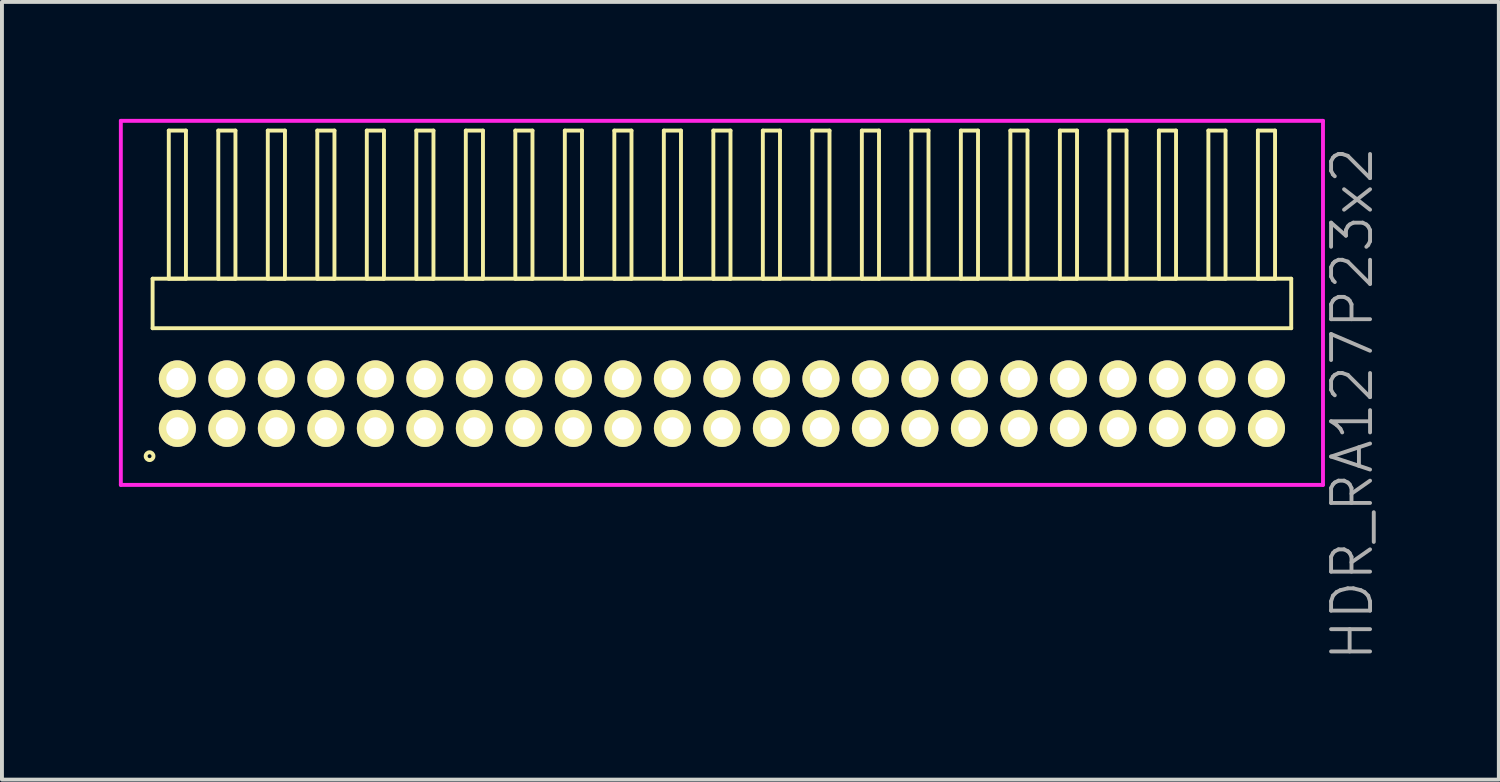
<source format=kicad_pcb>
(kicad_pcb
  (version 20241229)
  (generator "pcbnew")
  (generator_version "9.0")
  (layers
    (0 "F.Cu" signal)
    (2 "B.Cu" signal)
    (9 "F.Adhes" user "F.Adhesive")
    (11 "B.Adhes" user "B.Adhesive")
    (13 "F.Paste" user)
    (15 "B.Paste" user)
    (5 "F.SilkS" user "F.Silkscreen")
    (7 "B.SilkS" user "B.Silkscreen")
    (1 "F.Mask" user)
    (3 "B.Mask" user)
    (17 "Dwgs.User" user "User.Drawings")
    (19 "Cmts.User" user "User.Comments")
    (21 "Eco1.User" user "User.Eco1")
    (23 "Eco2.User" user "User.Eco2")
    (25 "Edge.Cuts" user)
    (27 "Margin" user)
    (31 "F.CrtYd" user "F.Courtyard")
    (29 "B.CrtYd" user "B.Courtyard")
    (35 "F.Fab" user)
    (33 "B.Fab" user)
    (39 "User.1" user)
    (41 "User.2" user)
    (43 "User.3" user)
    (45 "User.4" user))
  (footprint "HDR_RA127P23x2"
    (layer "F.Cu")
    (at 15.47 7.305)
    (property "Reference" "HDR_RA127P23x2" (at 16.17 0 90) (layer "F.Fab") (effects (font (size 1 1) (thickness 0.1))))
    (attr through_hole)
    (fp_line (start -14.605 -3.205) (end -14.605 -1.935) (stroke (width 0.1) (type solid)) (layer "F.SilkS"))
    (fp_line (start -14.605 -1.935) (end 14.605 -1.935) (stroke (width 0.1) (type solid)) (layer "F.SilkS"))
    (fp_line (start -14.19 -7.005) (end -14.19 -3.205) (stroke (width 0.1) (type solid)) (layer "F.SilkS"))
    (fp_line (start -14.19 -3.205) (end -13.75 -3.205) (stroke (width 0.1) (type solid)) (layer "F.SilkS"))
    (fp_line (start -13.75 -7.005) (end -14.19 -7.005) (stroke (width 0.1) (type solid)) (layer "F.SilkS"))
    (fp_line (start -13.75 -3.205) (end -13.75 -7.005) (stroke (width 0.1) (type solid)) (layer "F.SilkS"))
    (fp_line (start -12.92 -7.005) (end -12.92 -3.205) (stroke (width 0.1) (type solid)) (layer "F.SilkS"))
    (fp_line (start -12.92 -3.205) (end -12.48 -3.205) (stroke (width 0.1) (type solid)) (layer "F.SilkS"))
    (fp_line (start -12.48 -7.005) (end -12.92 -7.005) (stroke (width 0.1) (type solid)) (layer "F.SilkS"))
    (fp_line (start -12.48 -3.205) (end -12.48 -7.005) (stroke (width 0.1) (type solid)) (layer "F.SilkS"))
    (fp_line (start -11.65 -7.005) (end -11.65 -3.205) (stroke (width 0.1) (type solid)) (layer "F.SilkS"))
    (fp_line (start -11.65 -3.205) (end -11.21 -3.205) (stroke (width 0.1) (type solid)) (layer "F.SilkS"))
    (fp_line (start -11.21 -7.005) (end -11.65 -7.005) (stroke (width 0.1) (type solid)) (layer "F.SilkS"))
    (fp_line (start -11.21 -3.205) (end -11.21 -7.005) (stroke (width 0.1) (type solid)) (layer "F.SilkS"))
    (fp_line (start -10.38 -7.005) (end -10.38 -3.205) (stroke (width 0.1) (type solid)) (layer "F.SilkS"))
    (fp_line (start -10.38 -3.205) (end -9.94 -3.205) (stroke (width 0.1) (type solid)) (layer "F.SilkS"))
    (fp_line (start -9.94 -7.005) (end -10.38 -7.005) (stroke (width 0.1) (type solid)) (layer "F.SilkS"))
    (fp_line (start -9.94 -3.205) (end -9.94 -7.005) (stroke (width 0.1) (type solid)) (layer "F.SilkS"))
    (fp_line (start -9.11 -7.005) (end -9.11 -3.205) (stroke (width 0.1) (type solid)) (layer "F.SilkS"))
    (fp_line (start -9.11 -3.205) (end -8.67 -3.205) (stroke (width 0.1) (type solid)) (layer "F.SilkS"))
    (fp_line (start -8.67 -7.005) (end -9.11 -7.005) (stroke (width 0.1) (type solid)) (layer "F.SilkS"))
    (fp_line (start -8.67 -3.205) (end -8.67 -7.005) (stroke (width 0.1) (type solid)) (layer "F.SilkS"))
    (fp_line (start -7.84 -7.005) (end -7.84 -3.205) (stroke (width 0.1) (type solid)) (layer "F.SilkS"))
    (fp_line (start -7.84 -3.205) (end -7.4 -3.205) (stroke (width 0.1) (type solid)) (layer "F.SilkS"))
    (fp_line (start -7.4 -7.005) (end -7.84 -7.005) (stroke (width 0.1) (type solid)) (layer "F.SilkS"))
    (fp_line (start -7.4 -3.205) (end -7.4 -7.005) (stroke (width 0.1) (type solid)) (layer "F.SilkS"))
    (fp_line (start -6.57 -7.005) (end -6.57 -3.205) (stroke (width 0.1) (type solid)) (layer "F.SilkS"))
    (fp_line (start -6.57 -3.205) (end -6.13 -3.205) (stroke (width 0.1) (type solid)) (layer "F.SilkS"))
    (fp_line (start -6.13 -7.005) (end -6.57 -7.005) (stroke (width 0.1) (type solid)) (layer "F.SilkS"))
    (fp_line (start -6.13 -3.205) (end -6.13 -7.005) (stroke (width 0.1) (type solid)) (layer "F.SilkS"))
    (fp_line (start -5.3 -7.005) (end -5.3 -3.205) (stroke (width 0.1) (type solid)) (layer "F.SilkS"))
    (fp_line (start -5.3 -3.205) (end -4.86 -3.205) (stroke (width 0.1) (type solid)) (layer "F.SilkS"))
    (fp_line (start -4.86 -7.005) (end -5.3 -7.005) (stroke (width 0.1) (type solid)) (layer "F.SilkS"))
    (fp_line (start -4.86 -3.205) (end -4.86 -7.005) (stroke (width 0.1) (type solid)) (layer "F.SilkS"))
    (fp_line (start -4.03 -7.005) (end -4.03 -3.205) (stroke (width 0.1) (type solid)) (layer "F.SilkS"))
    (fp_line (start -4.03 -3.205) (end -3.59 -3.205) (stroke (width 0.1) (type solid)) (layer "F.SilkS"))
    (fp_line (start -3.59 -7.005) (end -4.03 -7.005) (stroke (width 0.1) (type solid)) (layer "F.SilkS"))
    (fp_line (start -3.59 -3.205) (end -3.59 -7.005) (stroke (width 0.1) (type solid)) (layer "F.SilkS"))
    (fp_line (start -2.76 -7.005) (end -2.76 -3.205) (stroke (width 0.1) (type solid)) (layer "F.SilkS"))
    (fp_line (start -2.76 -3.205) (end -2.32 -3.205) (stroke (width 0.1) (type solid)) (layer "F.SilkS"))
    (fp_line (start -2.32 -7.005) (end -2.76 -7.005) (stroke (width 0.1) (type solid)) (layer "F.SilkS"))
    (fp_line (start -2.32 -3.205) (end -2.32 -7.005) (stroke (width 0.1) (type solid)) (layer "F.SilkS"))
    (fp_line (start -1.49 -7.005) (end -1.49 -3.205) (stroke (width 0.1) (type solid)) (layer "F.SilkS"))
    (fp_line (start -1.49 -3.205) (end -1.05 -3.205) (stroke (width 0.1) (type solid)) (layer "F.SilkS"))
    (fp_line (start -1.05 -7.005) (end -1.49 -7.005) (stroke (width 0.1) (type solid)) (layer "F.SilkS"))
    (fp_line (start -1.05 -3.205) (end -1.05 -7.005) (stroke (width 0.1) (type solid)) (layer "F.SilkS"))
    (fp_line (start -0.22 -7.005) (end -0.22 -3.205) (stroke (width 0.1) (type solid)) (layer "F.SilkS"))
    (fp_line (start -0.22 -3.205) (end 0.22 -3.205) (stroke (width 0.1) (type solid)) (layer "F.SilkS"))
    (fp_line (start 0.22 -7.005) (end -0.22 -7.005) (stroke (width 0.1) (type solid)) (layer "F.SilkS"))
    (fp_line (start 0.22 -3.205) (end 0.22 -7.005) (stroke (width 0.1) (type solid)) (layer "F.SilkS"))
    (fp_line (start 1.05 -7.005) (end 1.05 -3.205) (stroke (width 0.1) (type solid)) (layer "F.SilkS"))
    (fp_line (start 1.05 -3.205) (end 1.49 -3.205) (stroke (width 0.1) (type solid)) (layer "F.SilkS"))
    (fp_line (start 1.49 -7.005) (end 1.05 -7.005) (stroke (width 0.1) (type solid)) (layer "F.SilkS"))
    (fp_line (start 1.49 -3.205) (end 1.49 -7.005) (stroke (width 0.1) (type solid)) (layer "F.SilkS"))
    (fp_line (start 2.32 -7.005) (end 2.32 -3.205) (stroke (width 0.1) (type solid)) (layer "F.SilkS"))
    (fp_line (start 2.32 -3.205) (end 2.76 -3.205) (stroke (width 0.1) (type solid)) (layer "F.SilkS"))
    (fp_line (start 2.76 -7.005) (end 2.32 -7.005) (stroke (width 0.1) (type solid)) (layer "F.SilkS"))
    (fp_line (start 2.76 -3.205) (end 2.76 -7.005) (stroke (width 0.1) (type solid)) (layer "F.SilkS"))
    (fp_line (start 3.59 -7.005) (end 3.59 -3.205) (stroke (width 0.1) (type solid)) (layer "F.SilkS"))
    (fp_line (start 3.59 -3.205) (end 4.03 -3.205) (stroke (width 0.1) (type solid)) (layer "F.SilkS"))
    (fp_line (start 4.03 -7.005) (end 3.59 -7.005) (stroke (width 0.1) (type solid)) (layer "F.SilkS"))
    (fp_line (start 4.03 -3.205) (end 4.03 -7.005) (stroke (width 0.1) (type solid)) (layer "F.SilkS"))
    (fp_line (start 4.86 -7.005) (end 4.86 -3.205) (stroke (width 0.1) (type solid)) (layer "F.SilkS"))
    (fp_line (start 4.86 -3.205) (end 5.3 -3.205) (stroke (width 0.1) (type solid)) (layer "F.SilkS"))
    (fp_line (start 5.3 -7.005) (end 4.86 -7.005) (stroke (width 0.1) (type solid)) (layer "F.SilkS"))
    (fp_line (start 5.3 -3.205) (end 5.3 -7.005) (stroke (width 0.1) (type solid)) (layer "F.SilkS"))
    (fp_line (start 6.13 -7.005) (end 6.13 -3.205) (stroke (width 0.1) (type solid)) (layer "F.SilkS"))
    (fp_line (start 6.13 -3.205) (end 6.57 -3.205) (stroke (width 0.1) (type solid)) (layer "F.SilkS"))
    (fp_line (start 6.57 -7.005) (end 6.13 -7.005) (stroke (width 0.1) (type solid)) (layer "F.SilkS"))
    (fp_line (start 6.57 -3.205) (end 6.57 -7.005) (stroke (width 0.1) (type solid)) (layer "F.SilkS"))
    (fp_line (start 7.4 -7.005) (end 7.4 -3.205) (stroke (width 0.1) (type solid)) (layer "F.SilkS"))
    (fp_line (start 7.4 -3.205) (end 7.84 -3.205) (stroke (width 0.1) (type solid)) (layer "F.SilkS"))
    (fp_line (start 7.84 -7.005) (end 7.4 -7.005) (stroke (width 0.1) (type solid)) (layer "F.SilkS"))
    (fp_line (start 7.84 -3.205) (end 7.84 -7.005) (stroke (width 0.1) (type solid)) (layer "F.SilkS"))
    (fp_line (start 8.67 -7.005) (end 8.67 -3.205) (stroke (width 0.1) (type solid)) (layer "F.SilkS"))
    (fp_line (start 8.67 -3.205) (end 9.11 -3.205) (stroke (width 0.1) (type solid)) (layer "F.SilkS"))
    (fp_line (start 9.11 -7.005) (end 8.67 -7.005) (stroke (width 0.1) (type solid)) (layer "F.SilkS"))
    (fp_line (start 9.11 -3.205) (end 9.11 -7.005) (stroke (width 0.1) (type solid)) (layer "F.SilkS"))
    (fp_line (start 9.94 -7.005) (end 9.94 -3.205) (stroke (width 0.1) (type solid)) (layer "F.SilkS"))
    (fp_line (start 9.94 -3.205) (end 10.38 -3.205) (stroke (width 0.1) (type solid)) (layer "F.SilkS"))
    (fp_line (start 10.38 -7.005) (end 9.94 -7.005) (stroke (width 0.1) (type solid)) (layer "F.SilkS"))
    (fp_line (start 10.38 -3.205) (end 10.38 -7.005) (stroke (width 0.1) (type solid)) (layer "F.SilkS"))
    (fp_line (start 11.21 -7.005) (end 11.21 -3.205) (stroke (width 0.1) (type solid)) (layer "F.SilkS"))
    (fp_line (start 11.21 -3.205) (end 11.65 -3.205) (stroke (width 0.1) (type solid)) (layer "F.SilkS"))
    (fp_line (start 11.65 -7.005) (end 11.21 -7.005) (stroke (width 0.1) (type solid)) (layer "F.SilkS"))
    (fp_line (start 11.65 -3.205) (end 11.65 -7.005) (stroke (width 0.1) (type solid)) (layer "F.SilkS"))
    (fp_line (start 12.48 -7.005) (end 12.48 -3.205) (stroke (width 0.1) (type solid)) (layer "F.SilkS"))
    (fp_line (start 12.48 -3.205) (end 12.92 -3.205) (stroke (width 0.1) (type solid)) (layer "F.SilkS"))
    (fp_line (start 12.92 -7.005) (end 12.48 -7.005) (stroke (width 0.1) (type solid)) (layer "F.SilkS"))
    (fp_line (start 12.92 -3.205) (end 12.92 -7.005) (stroke (width 0.1) (type solid)) (layer "F.SilkS"))
    (fp_line (start 13.75 -7.005) (end 13.75 -3.205) (stroke (width 0.1) (type solid)) (layer "F.SilkS"))
    (fp_line (start 13.75 -3.205) (end 14.19 -3.205) (stroke (width 0.1) (type solid)) (layer "F.SilkS"))
    (fp_line (start 14.19 -7.005) (end 13.75 -7.005) (stroke (width 0.1) (type solid)) (layer "F.SilkS"))
    (fp_line (start 14.19 -3.205) (end 14.19 -7.005) (stroke (width 0.1) (type solid)) (layer "F.SilkS"))
    (fp_line (start 14.605 -3.205) (end -14.605 -3.205) (stroke (width 0.1) (type solid)) (layer "F.SilkS"))
    (fp_line (start 14.605 -1.935) (end 14.605 -3.205) (stroke (width 0.1) (type solid)) (layer "F.SilkS"))
    (fp_circle (center -14.683 1.348) (end -14.583 1.348) (stroke (width 0.1) (type solid)) (fill no) (layer "F.SilkS"))
    (fp_line (start -15.42 -7.255) (end -15.42 2.085) (stroke (width 0.1) (type solid)) (layer "F.CrtYd"))
    (fp_line (start -15.42 2.085) (end 15.42 2.085) (stroke (width 0.1) (type solid)) (layer "F.CrtYd"))
    (fp_line (start 15.42 -7.255) (end -15.42 -7.255) (stroke (width 0.1) (type solid)) (layer "F.CrtYd"))
    (fp_line (start 15.42 2.085) (end 15.42 -7.255) (stroke (width 0.1) (type solid)) (layer "F.CrtYd"))
    (pad "1" thru_hole oval (at -13.97 0.635) (size 0.95 0.95) (drill 0.57) (layers "*.Cu" "*.Mask" "F.SilkS"))
    (pad "2" thru_hole oval (at -13.97 -0.635) (size 0.95 0.95) (drill 0.57) (layers "*.Cu" "*.Mask" "F.SilkS"))
    (pad "3" thru_hole oval (at -12.7 0.635) (size 0.95 0.95) (drill 0.57) (layers "*.Cu" "*.Mask" "F.SilkS"))
    (pad "4" thru_hole oval (at -12.7 -0.635) (size 0.95 0.95) (drill 0.57) (layers "*.Cu" "*.Mask" "F.SilkS"))
    (pad "5" thru_hole oval (at -11.43 0.635) (size 0.95 0.95) (drill 0.57) (layers "*.Cu" "*.Mask" "F.SilkS"))
    (pad "6" thru_hole oval (at -11.43 -0.635) (size 0.95 0.95) (drill 0.57) (layers "*.Cu" "*.Mask" "F.SilkS"))
    (pad "7" thru_hole oval (at -10.16 0.635) (size 0.95 0.95) (drill 0.57) (layers "*.Cu" "*.Mask" "F.SilkS"))
    (pad "8" thru_hole oval (at -10.16 -0.635) (size 0.95 0.95) (drill 0.57) (layers "*.Cu" "*.Mask" "F.SilkS"))
    (pad "9" thru_hole oval (at -8.89 0.635) (size 0.95 0.95) (drill 0.57) (layers "*.Cu" "*.Mask" "F.SilkS"))
    (pad "10" thru_hole oval (at -8.89 -0.635) (size 0.95 0.95) (drill 0.57) (layers "*.Cu" "*.Mask" "F.SilkS"))
    (pad "11" thru_hole oval (at -7.62 0.635) (size 0.95 0.95) (drill 0.57) (layers "*.Cu" "*.Mask" "F.SilkS"))
    (pad "12" thru_hole oval (at -7.62 -0.635) (size 0.95 0.95) (drill 0.57) (layers "*.Cu" "*.Mask" "F.SilkS"))
    (pad "13" thru_hole oval (at -6.35 0.635) (size 0.95 0.95) (drill 0.57) (layers "*.Cu" "*.Mask" "F.SilkS"))
    (pad "14" thru_hole oval (at -6.35 -0.635) (size 0.95 0.95) (drill 0.57) (layers "*.Cu" "*.Mask" "F.SilkS"))
    (pad "15" thru_hole oval (at -5.08 0.635) (size 0.95 0.95) (drill 0.57) (layers "*.Cu" "*.Mask" "F.SilkS"))
    (pad "16" thru_hole oval (at -5.08 -0.635) (size 0.95 0.95) (drill 0.57) (layers "*.Cu" "*.Mask" "F.SilkS"))
    (pad "17" thru_hole oval (at -3.81 0.635) (size 0.95 0.95) (drill 0.57) (layers "*.Cu" "*.Mask" "F.SilkS"))
    (pad "18" thru_hole oval (at -3.81 -0.635) (size 0.95 0.95) (drill 0.57) (layers "*.Cu" "*.Mask" "F.SilkS"))
    (pad "19" thru_hole oval (at -2.54 0.635) (size 0.95 0.95) (drill 0.57) (layers "*.Cu" "*.Mask" "F.SilkS"))
    (pad "20" thru_hole oval (at -2.54 -0.635) (size 0.95 0.95) (drill 0.57) (layers "*.Cu" "*.Mask" "F.SilkS"))
    (pad "21" thru_hole oval (at -1.27 0.635) (size 0.95 0.95) (drill 0.57) (layers "*.Cu" "*.Mask" "F.SilkS"))
    (pad "22" thru_hole oval (at -1.27 -0.635) (size 0.95 0.95) (drill 0.57) (layers "*.Cu" "*.Mask" "F.SilkS"))
    (pad "23" thru_hole oval (at 0 0.635) (size 0.95 0.95) (drill 0.57) (layers "*.Cu" "*.Mask" "F.SilkS"))
    (pad "24" thru_hole oval (at 0 -0.635) (size 0.95 0.95) (drill 0.57) (layers "*.Cu" "*.Mask" "F.SilkS"))
    (pad "25" thru_hole oval (at 1.27 0.635) (size 0.95 0.95) (drill 0.57) (layers "*.Cu" "*.Mask" "F.SilkS"))
    (pad "26" thru_hole oval (at 1.27 -0.635) (size 0.95 0.95) (drill 0.57) (layers "*.Cu" "*.Mask" "F.SilkS"))
    (pad "27" thru_hole oval (at 2.54 0.635) (size 0.95 0.95) (drill 0.57) (layers "*.Cu" "*.Mask" "F.SilkS"))
    (pad "28" thru_hole oval (at 2.54 -0.635) (size 0.95 0.95) (drill 0.57) (layers "*.Cu" "*.Mask" "F.SilkS"))
    (pad "29" thru_hole oval (at 3.81 0.635) (size 0.95 0.95) (drill 0.57) (layers "*.Cu" "*.Mask" "F.SilkS"))
    (pad "30" thru_hole oval (at 3.81 -0.635) (size 0.95 0.95) (drill 0.57) (layers "*.Cu" "*.Mask" "F.SilkS"))
    (pad "31" thru_hole oval (at 5.08 0.635) (size 0.95 0.95) (drill 0.57) (layers "*.Cu" "*.Mask" "F.SilkS"))
    (pad "32" thru_hole oval (at 5.08 -0.635) (size 0.95 0.95) (drill 0.57) (layers "*.Cu" "*.Mask" "F.SilkS"))
    (pad "33" thru_hole oval (at 6.35 0.635) (size 0.95 0.95) (drill 0.57) (layers "*.Cu" "*.Mask" "F.SilkS"))
    (pad "34" thru_hole oval (at 6.35 -0.635) (size 0.95 0.95) (drill 0.57) (layers "*.Cu" "*.Mask" "F.SilkS"))
    (pad "35" thru_hole oval (at 7.62 0.635) (size 0.95 0.95) (drill 0.57) (layers "*.Cu" "*.Mask" "F.SilkS"))
    (pad "36" thru_hole oval (at 7.62 -0.635) (size 0.95 0.95) (drill 0.57) (layers "*.Cu" "*.Mask" "F.SilkS"))
    (pad "37" thru_hole oval (at 8.89 0.635) (size 0.95 0.95) (drill 0.57) (layers "*.Cu" "*.Mask" "F.SilkS"))
    (pad "38" thru_hole oval (at 8.89 -0.635) (size 0.95 0.95) (drill 0.57) (layers "*.Cu" "*.Mask" "F.SilkS"))
    (pad "39" thru_hole oval (at 10.16 0.635) (size 0.95 0.95) (drill 0.57) (layers "*.Cu" "*.Mask" "F.SilkS"))
    (pad "40" thru_hole oval (at 10.16 -0.635) (size 0.95 0.95) (drill 0.57) (layers "*.Cu" "*.Mask" "F.SilkS"))
    (pad "41" thru_hole oval (at 11.43 0.635) (size 0.95 0.95) (drill 0.57) (layers "*.Cu" "*.Mask" "F.SilkS"))
    (pad "42" thru_hole oval (at 11.43 -0.635) (size 0.95 0.95) (drill 0.57) (layers "*.Cu" "*.Mask" "F.SilkS"))
    (pad "43" thru_hole oval (at 12.7 0.635) (size 0.95 0.95) (drill 0.57) (layers "*.Cu" "*.Mask" "F.SilkS"))
    (pad "44" thru_hole oval (at 12.7 -0.635) (size 0.95 0.95) (drill 0.57) (layers "*.Cu" "*.Mask" "F.SilkS"))
    (pad "45" thru_hole oval (at 13.97 0.635) (size 0.95 0.95) (drill 0.57) (layers "*.Cu" "*.Mask" "F.SilkS"))
    (pad "46" thru_hole oval (at 13.97 -0.635) (size 0.95 0.95) (drill 0.57) (layers "*.Cu" "*.Mask" "F.SilkS")))
  (gr_rect
    (start -3 -3)
    (end 35.401 16.95)
    (stroke (width 0.1) (type default))
    (fill no)
    (layer "Edge.Cuts")))
</source>
